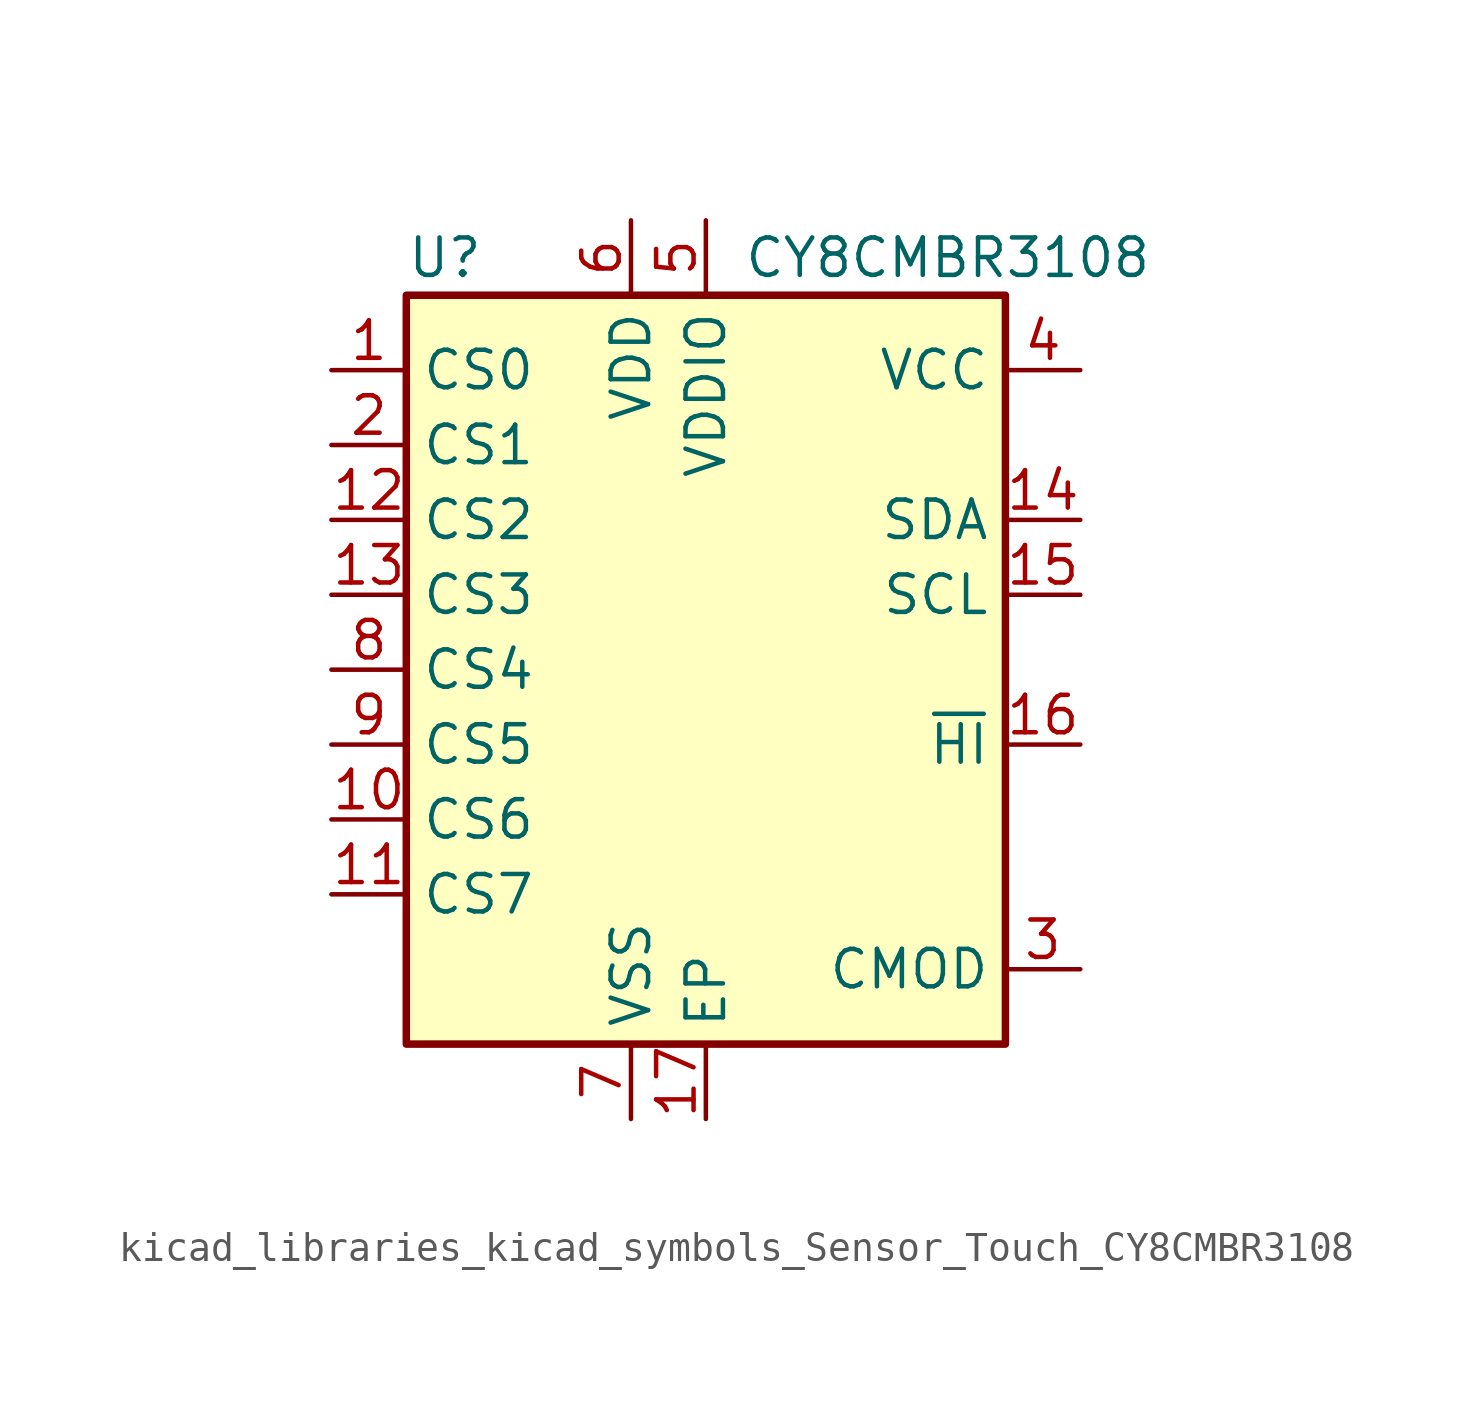
<source format=kicad_sym>
(kicad_symbol_lib
  (version 20220914)
  (generator kicad_symbol_editor)
  (symbol "kicad_libraries_kicad_symbols_Sensor_Touch_CY8CMBR3108"
    (property "Reference" "U"
      (at -10.16 13.97 0)
      (effects (font (size 1.27 1.27)) (justify left)))
    (property "Value" "CY8CMBR3108"
      (at 1.27 13.97 0)
      (effects (font (size 1.27 1.27)) (justify left)))
    (symbol "kicad_libraries_kicad_symbols_Sensor_Touch_CY8CMBR3108_0_1"
      (rectangle (start -10.16 12.7) (end 10.16 -12.7) (stroke (width 0.254) (type default)) (fill (type background))))
    (symbol "kicad_libraries_kicad_symbols_Sensor_Touch_CY8CMBR3108_1_1"
      (pin passive line (at -12.7 10.16 0) (length 2.54) (name "CS0" (effects (font (size 1.27 1.27)))) (number "1" (effects (font (size 1.27 1.27)))))
      (pin passive line (at -12.7 -5.08 0) (length 2.54) (name "CS6" (effects (font (size 1.27 1.27)))) (number "10" (effects (font (size 1.27 1.27)))))
      (pin passive line (at -12.7 -7.62 0) (length 2.54) (name "CS7" (effects (font (size 1.27 1.27)))) (number "11" (effects (font (size 1.27 1.27)))))
      (pin passive line (at -12.7 5.08 0) (length 2.54) (name "CS2" (effects (font (size 1.27 1.27)))) (number "12" (effects (font (size 1.27 1.27)))))
      (pin passive line (at -12.7 2.54 0) (length 2.54) (name "CS3" (effects (font (size 1.27 1.27)))) (number "13" (effects (font (size 1.27 1.27)))))
      (pin bidirectional line (at 12.7 5.08 180) (length 2.54) (name "SDA" (effects (font (size 1.27 1.27)))) (number "14" (effects (font (size 1.27 1.27)))))
      (pin input line (at 12.7 2.54 180) (length 2.54) (name "SCL" (effects (font (size 1.27 1.27)))) (number "15" (effects (font (size 1.27 1.27)))))
      (pin bidirectional line (at 12.7 -2.54 180) (length 2.54) (name "~{HI}" (effects (font (size 1.27 1.27)))) (number "16" (effects (font (size 1.27 1.27)))))
      (pin passive line (at 0 -15.24 90) (length 2.54) (name "EP" (effects (font (size 1.27 1.27)))) (number "17" (effects (font (size 1.27 1.27)))))
      (pin passive line (at -12.7 7.62 0) (length 2.54) (name "CS1" (effects (font (size 1.27 1.27)))) (number "2" (effects (font (size 1.27 1.27)))))
      (pin passive line (at 12.7 -10.16 180) (length 2.54) (name "CMOD" (effects (font (size 1.27 1.27)))) (number "3" (effects (font (size 1.27 1.27)))))
      (pin passive line (at 12.7 10.16 180) (length 2.54) (name "VCC" (effects (font (size 1.27 1.27)))) (number "4" (effects (font (size 1.27 1.27)))))
      (pin power_in line (at 0 15.24 270) (length 2.54) (name "VDDIO" (effects (font (size 1.27 1.27)))) (number "5" (effects (font (size 1.27 1.27)))))
      (pin power_in line (at -2.54 15.24 270) (length 2.54) (name "VDD" (effects (font (size 1.27 1.27)))) (number "6" (effects (font (size 1.27 1.27)))))
      (pin power_in line (at -2.54 -15.24 90) (length 2.54) (name "VSS" (effects (font (size 1.27 1.27)))) (number "7" (effects (font (size 1.27 1.27)))))
      (pin passive line (at -12.7 0 0) (length 2.54) (name "CS4" (effects (font (size 1.27 1.27)))) (number "8" (effects (font (size 1.27 1.27)))))
      (pin passive line (at -12.7 -2.54 0) (length 2.54) (name "CS5" (effects (font (size 1.27 1.27)))) (number "9" (effects (font (size 1.27 1.27))))))))
</source>
